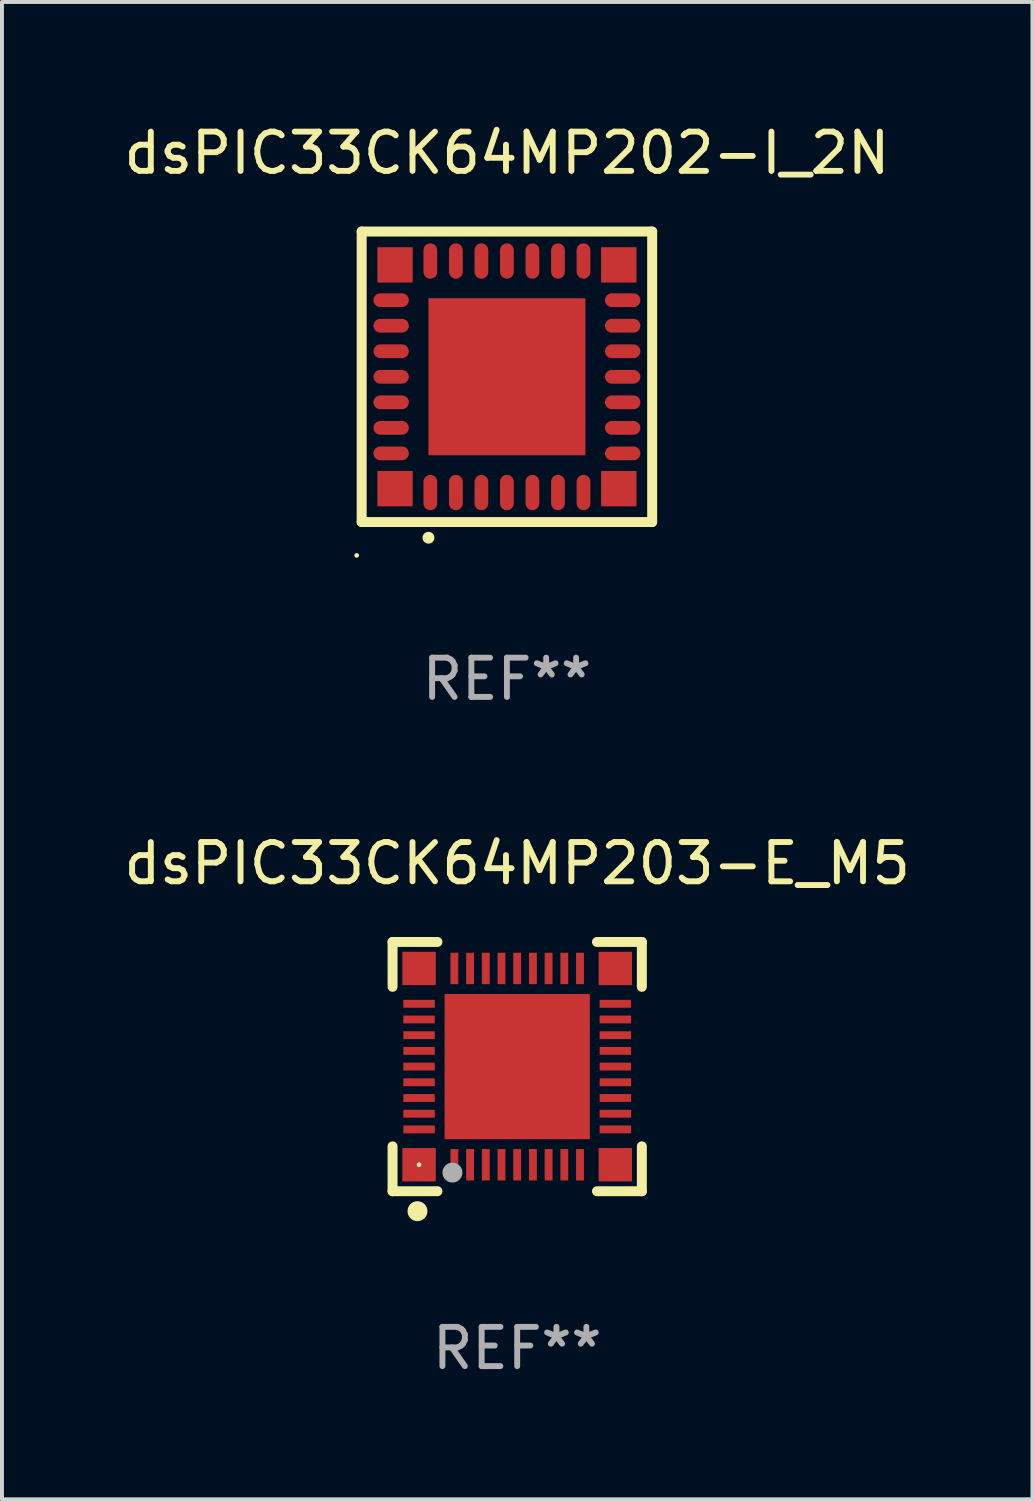
<source format=kicad_pcb>
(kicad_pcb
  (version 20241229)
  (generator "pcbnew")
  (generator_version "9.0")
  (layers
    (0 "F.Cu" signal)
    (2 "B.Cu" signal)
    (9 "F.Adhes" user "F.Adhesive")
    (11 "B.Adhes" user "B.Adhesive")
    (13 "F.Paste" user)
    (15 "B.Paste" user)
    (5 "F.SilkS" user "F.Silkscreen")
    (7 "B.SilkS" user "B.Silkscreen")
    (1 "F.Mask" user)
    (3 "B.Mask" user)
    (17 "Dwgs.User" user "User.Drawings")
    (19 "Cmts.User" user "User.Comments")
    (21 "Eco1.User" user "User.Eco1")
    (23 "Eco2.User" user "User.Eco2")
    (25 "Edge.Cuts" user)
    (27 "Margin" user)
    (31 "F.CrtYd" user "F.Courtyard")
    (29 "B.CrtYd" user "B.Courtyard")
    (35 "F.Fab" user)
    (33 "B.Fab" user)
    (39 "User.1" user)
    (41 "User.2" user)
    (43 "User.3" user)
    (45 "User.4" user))
  (footprint "dsPIC33CK64MP202-I_2N"
    (layer "F.Cu")
    (at 9.863 6.548)
    (property "Reference" "dsPIC33CK64MP202-I_2N" (at 0 -5.7 0) (layer "F.SilkS") (effects (font (size 1 1) (thickness 0.15))))
    (attr through_hole)
    (fp_line (start -3.7 -3.7) (end 3.7 -3.7) (stroke (width 0.254) (type solid)) (layer "F.SilkS"))
    (fp_line (start -3.7 3.7) (end -3.7 -3.7) (stroke (width 0.254) (type solid)) (layer "F.SilkS"))
    (fp_line (start 3.7 -3.7) (end 3.7 3.7) (stroke (width 0.254) (type solid)) (layer "F.SilkS"))
    (fp_line (start 3.7 3.7) (end -3.7 3.7) (stroke (width 0.254) (type solid)) (layer "F.SilkS"))
    (fp_arc (start -2 4.1) (mid -1.99873 4.099995) (end -1.99746 4.1) (stroke (width 0.3) (type solid)) (layer "F.SilkS"))
    (fp_circle (center -3.827 4.55) (end -3.797 4.55) (stroke (width 0.06) (type solid)) (fill no) (layer "F.SilkS"))
    (fp_text user "REF**" (at 0 7.7 0) (layer "F.Fab") (effects (font (size 1 1) (thickness 0.15))))
    (pad "1" smd oval (at -1.951 2.949 180) (size 0.35 0.9) (layers "F.Cu" "F.Mask" "F.Paste"))
    (pad "2" smd oval (at -1.3 2.949 180) (size 0.35 0.9) (layers "F.Cu" "F.Mask" "F.Paste"))
    (pad "3" smd oval (at -0.65 2.949 180) (size 0.35 0.9) (layers "F.Cu" "F.Mask" "F.Paste"))
    (pad "4" smd oval (at 0.000051 2.949 180) (size 0.35 0.9) (layers "F.Cu" "F.Mask" "F.Paste"))
    (pad "5" smd oval (at 0.65 2.949 180) (size 0.35 0.9) (layers "F.Cu" "F.Mask" "F.Paste"))
    (pad "6" smd oval (at 1.301 2.949 180) (size 0.35 0.9) (layers "F.Cu" "F.Mask" "F.Paste"))
    (pad "7" smd oval (at 1.951 2.949 180) (size 0.35 0.9) (layers "F.Cu" "F.Mask" "F.Paste"))
    (pad "8" smd oval (at 2.949 1.951 90) (size 0.35 0.9) (layers "F.Cu" "F.Mask" "F.Paste"))
    (pad "9" smd oval (at 2.949 1.301 90) (size 0.35 0.9) (layers "F.Cu" "F.Mask" "F.Paste"))
    (pad "10" smd oval (at 2.949 0.65 90) (size 0.35 0.9) (layers "F.Cu" "F.Mask" "F.Paste"))
    (pad "11" smd oval (at 2.949 0.000051 90) (size 0.35 0.9) (layers "F.Cu" "F.Mask" "F.Paste"))
    (pad "12" smd oval (at 2.949 -0.65 90) (size 0.35 0.9) (layers "F.Cu" "F.Mask" "F.Paste"))
    (pad "13" smd oval (at 2.949 -1.3 90) (size 0.35 0.9) (layers "F.Cu" "F.Mask" "F.Paste"))
    (pad "14" smd oval (at 2.949 -1.951 90) (size 0.35 0.9) (layers "F.Cu" "F.Mask" "F.Paste"))
    (pad "15" smd oval (at 1.951 -2.949 180) (size 0.35 0.9) (layers "F.Cu" "F.Mask" "F.Paste"))
    (pad "16" smd oval (at 1.301 -2.949 180) (size 0.35 0.9) (layers "F.Cu" "F.Mask" "F.Paste"))
    (pad "17" smd oval (at 0.65 -2.949 180) (size 0.35 0.9) (layers "F.Cu" "F.Mask" "F.Paste"))
    (pad "18" smd oval (at 0.000051 -2.949 180) (size 0.35 0.9) (layers "F.Cu" "F.Mask" "F.Paste"))
    (pad "19" smd oval (at -0.65 -2.949 180) (size 0.35 0.9) (layers "F.Cu" "F.Mask" "F.Paste"))
    (pad "20" smd oval (at -1.3 -2.949 180) (size 0.35 0.9) (layers "F.Cu" "F.Mask" "F.Paste"))
    (pad "21" smd oval (at -1.951 -2.949 180) (size 0.35 0.9) (layers "F.Cu" "F.Mask" "F.Paste"))
    (pad "22" smd oval (at -2.949 -1.951 90) (size 0.35 0.9) (layers "F.Cu" "F.Mask" "F.Paste"))
    (pad "23" smd oval (at -2.949 -1.3 90) (size 0.35 0.9) (layers "F.Cu" "F.Mask" "F.Paste"))
    (pad "24" smd oval (at -2.949 -0.65 90) (size 0.35 0.9) (layers "F.Cu" "F.Mask" "F.Paste"))
    (pad "25" smd oval (at -2.949 0.000051 90) (size 0.35 0.9) (layers "F.Cu" "F.Mask" "F.Paste"))
    (pad "26" smd oval (at -2.949 0.65 90) (size 0.35 0.9) (layers "F.Cu" "F.Mask" "F.Paste"))
    (pad "27" smd oval (at -2.949 1.301 90) (size 0.35 0.9) (layers "F.Cu" "F.Mask" "F.Paste"))
    (pad "28" smd oval (at -2.949 1.951 90) (size 0.35 0.9) (layers "F.Cu" "F.Mask" "F.Paste"))
    (pad "29" smd rect (at -2.85 -2.85 90) (size 0.9 0.9) (layers "F.Cu" "F.Mask" "F.Paste"))
    (pad "29" smd rect (at -2.85 2.85 90) (size 0.9 0.9) (layers "F.Cu" "F.Mask" "F.Paste"))
    (pad "29" smd rect (at 0.000051 0.000051 90) (size 4 4) (layers "F.Cu" "F.Mask" "F.Paste"))
    (pad "29" smd rect (at 2.85 -2.85 90) (size 0.9 0.9) (layers "F.Cu" "F.Mask" "F.Paste"))
    (pad "29" smd rect (at 2.85 2.85 90) (size 0.9 0.9) (layers "F.Cu" "F.Mask" "F.Paste")))
  (footprint "dsPIC33CK64MP203-E_M5"
    (layer "F.Cu")
    (at 10.125 24.12)
    (property "Reference" "dsPIC33CK64MP203-E_M5" (at 0 -5.175 0) (layer "F.SilkS") (effects (font (size 1 1) (thickness 0.15))))
    (attr through_hole)
    (fp_line (start -3.175 -3.175) (end -2.032 -3.175) (stroke (width 0.254) (type solid)) (layer "F.SilkS"))
    (fp_line (start -3.175 -2.032) (end -3.175 -3.175) (stroke (width 0.254) (type solid)) (layer "F.SilkS"))
    (fp_line (start -3.175 3.175) (end -3.175 2.032) (stroke (width 0.254) (type solid)) (layer "F.SilkS"))
    (fp_line (start -2.032 3.175) (end -3.175 3.175) (stroke (width 0.254) (type solid)) (layer "F.SilkS"))
    (fp_line (start 2.032 -3.175) (end 3.175 -3.175) (stroke (width 0.254) (type solid)) (layer "F.SilkS"))
    (fp_line (start 3.175 -3.175) (end 3.175 -2.032) (stroke (width 0.254) (type solid)) (layer "F.SilkS"))
    (fp_line (start 3.175 2.032) (end 3.175 3.175) (stroke (width 0.254) (type solid)) (layer "F.SilkS"))
    (fp_line (start 3.175 3.175) (end 2.032 3.175) (stroke (width 0.254) (type solid)) (layer "F.SilkS"))
    (fp_circle (center -2.54 3.683) (end -2.413 3.683) (stroke (width 0.254) (type solid)) (fill no) (layer "F.SilkS"))
    (fp_circle (center -2.5 2.5) (end -2.47 2.5) (stroke (width 0.06) (type solid)) (fill no) (layer "F.SilkS"))
    (fp_circle (center -1.65 2.7) (end -1.523 2.7) (stroke (width 0.254) (type solid)) (fill no) (layer "F.Fab"))
    (fp_text user "REF**" (at 0 7.175 0) (layer "F.Fab") (effects (font (size 1 1) (thickness 0.15))))
    (pad "1" smd rect (at -1.6 2.5) (size 0.2 0.8) (layers "F.Cu" "F.Mask" "F.Paste"))
    (pad "2" smd rect (at -1.2 2.5) (size 0.2 0.8) (layers "F.Cu" "F.Mask" "F.Paste"))
    (pad "3" smd rect (at -0.8 2.5) (size 0.2 0.8) (layers "F.Cu" "F.Mask" "F.Paste"))
    (pad "4" smd rect (at -0.4 2.5) (size 0.2 0.8) (layers "F.Cu" "F.Mask" "F.Paste"))
    (pad "5" smd rect (at -0.000051 2.5) (size 0.2 0.8) (layers "F.Cu" "F.Mask" "F.Paste"))
    (pad "6" smd rect (at 0.4 2.5) (size 0.2 0.8) (layers "F.Cu" "F.Mask" "F.Paste"))
    (pad "7" smd rect (at 0.8 2.5) (size 0.2 0.8) (layers "F.Cu" "F.Mask" "F.Paste"))
    (pad "8" smd rect (at 1.2 2.5) (size 0.2 0.8) (layers "F.Cu" "F.Mask" "F.Paste"))
    (pad "9" smd rect (at 1.6 2.5) (size 0.2 0.8) (layers "F.Cu" "F.Mask" "F.Paste"))
    (pad "10" smd rect (at 2.5 1.6 90) (size 0.2 0.8) (layers "F.Cu" "F.Mask" "F.Paste"))
    (pad "11" smd rect (at 2.5 1.2 90) (size 0.2 0.8) (layers "F.Cu" "F.Mask" "F.Paste"))
    (pad "12" smd rect (at 2.5 0.8 90) (size 0.2 0.8) (layers "F.Cu" "F.Mask" "F.Paste"))
    (pad "13" smd rect (at 2.5 0.4 90) (size 0.2 0.8) (layers "F.Cu" "F.Mask" "F.Paste"))
    (pad "14" smd rect (at 2.5 -0.000051 90) (size 0.2 0.8) (layers "F.Cu" "F.Mask" "F.Paste"))
    (pad "15" smd rect (at 2.5 -0.4 90) (size 0.2 0.8) (layers "F.Cu" "F.Mask" "F.Paste"))
    (pad "16" smd rect (at 2.5 -0.8 90) (size 0.2 0.8) (layers "F.Cu" "F.Mask" "F.Paste"))
    (pad "17" smd rect (at 2.5 -1.2 90) (size 0.2 0.8) (layers "F.Cu" "F.Mask" "F.Paste"))
    (pad "18" smd rect (at 2.5 -1.6 90) (size 0.2 0.8) (layers "F.Cu" "F.Mask" "F.Paste"))
    (pad "19" smd rect (at 1.6 -2.5 180) (size 0.2 0.8) (layers "F.Cu" "F.Mask" "F.Paste"))
    (pad "20" smd rect (at 1.2 -2.5 180) (size 0.2 0.8) (layers "F.Cu" "F.Mask" "F.Paste"))
    (pad "21" smd rect (at 0.8 -2.5 180) (size 0.2 0.8) (layers "F.Cu" "F.Mask" "F.Paste"))
    (pad "22" smd rect (at 0.4 -2.5 180) (size 0.2 0.8) (layers "F.Cu" "F.Mask" "F.Paste"))
    (pad "23" smd rect (at -0.000051 -2.5 180) (size 0.2 0.8) (layers "F.Cu" "F.Mask" "F.Paste"))
    (pad "24" smd rect (at -0.4 -2.5 180) (size 0.2 0.8) (layers "F.Cu" "F.Mask" "F.Paste"))
    (pad "25" smd rect (at -0.8 -2.5 180) (size 0.2 0.8) (layers "F.Cu" "F.Mask" "F.Paste"))
    (pad "26" smd rect (at -1.2 -2.5 180) (size 0.2 0.8) (layers "F.Cu" "F.Mask" "F.Paste"))
    (pad "27" smd rect (at -1.6 -2.5 180) (size 0.2 0.8) (layers "F.Cu" "F.Mask" "F.Paste"))
    (pad "28" smd rect (at -2.5 -1.6 270) (size 0.2 0.8) (layers "F.Cu" "F.Mask" "F.Paste"))
    (pad "29" smd rect (at -2.5 -1.2 270) (size 0.2 0.8) (layers "F.Cu" "F.Mask" "F.Paste"))
    (pad "30" smd rect (at -2.5 -0.8 270) (size 0.2 0.8) (layers "F.Cu" "F.Mask" "F.Paste"))
    (pad "31" smd rect (at -2.5 -0.4 270) (size 0.2 0.8) (layers "F.Cu" "F.Mask" "F.Paste"))
    (pad "32" smd rect (at -2.5 -0.000051 270) (size 0.2 0.8) (layers "F.Cu" "F.Mask" "F.Paste"))
    (pad "33" smd rect (at -2.5 0.4 270) (size 0.2 0.8) (layers "F.Cu" "F.Mask" "F.Paste"))
    (pad "34" smd rect (at -2.5 0.8 270) (size 0.2 0.8) (layers "F.Cu" "F.Mask" "F.Paste"))
    (pad "35" smd rect (at -2.5 1.2 270) (size 0.2 0.8) (layers "F.Cu" "F.Mask" "F.Paste"))
    (pad "36" smd rect (at -2.5 1.6 270) (size 0.2 0.8) (layers "F.Cu" "F.Mask" "F.Paste"))
    (pad "37" smd rect (at -2.5 -2.5) (size 0.85 0.85) (layers "F.Cu" "F.Mask" "F.Paste"))
    (pad "37" smd rect (at -2.5 2.5) (size 0.85 0.85) (layers "F.Cu" "F.Mask" "F.Paste"))
    (pad "37" smd rect (at -0.000051 -0.000051) (size 3.7 3.7) (layers "F.Cu" "F.Mask" "F.Paste"))
    (pad "37" smd rect (at 2.5 -2.5) (size 0.85 0.85) (layers "F.Cu" "F.Mask" "F.Paste"))
    (pad "37" smd rect (at 2.5 2.5) (size 0.85 0.85) (layers "F.Cu" "F.Mask" "F.Paste")))
  (gr_rect
    (start -3 -3)
    (end 23.25 35.143)
    (stroke (width 0.1) (type default))
    (fill no)
    (layer "Edge.Cuts")))
</source>
